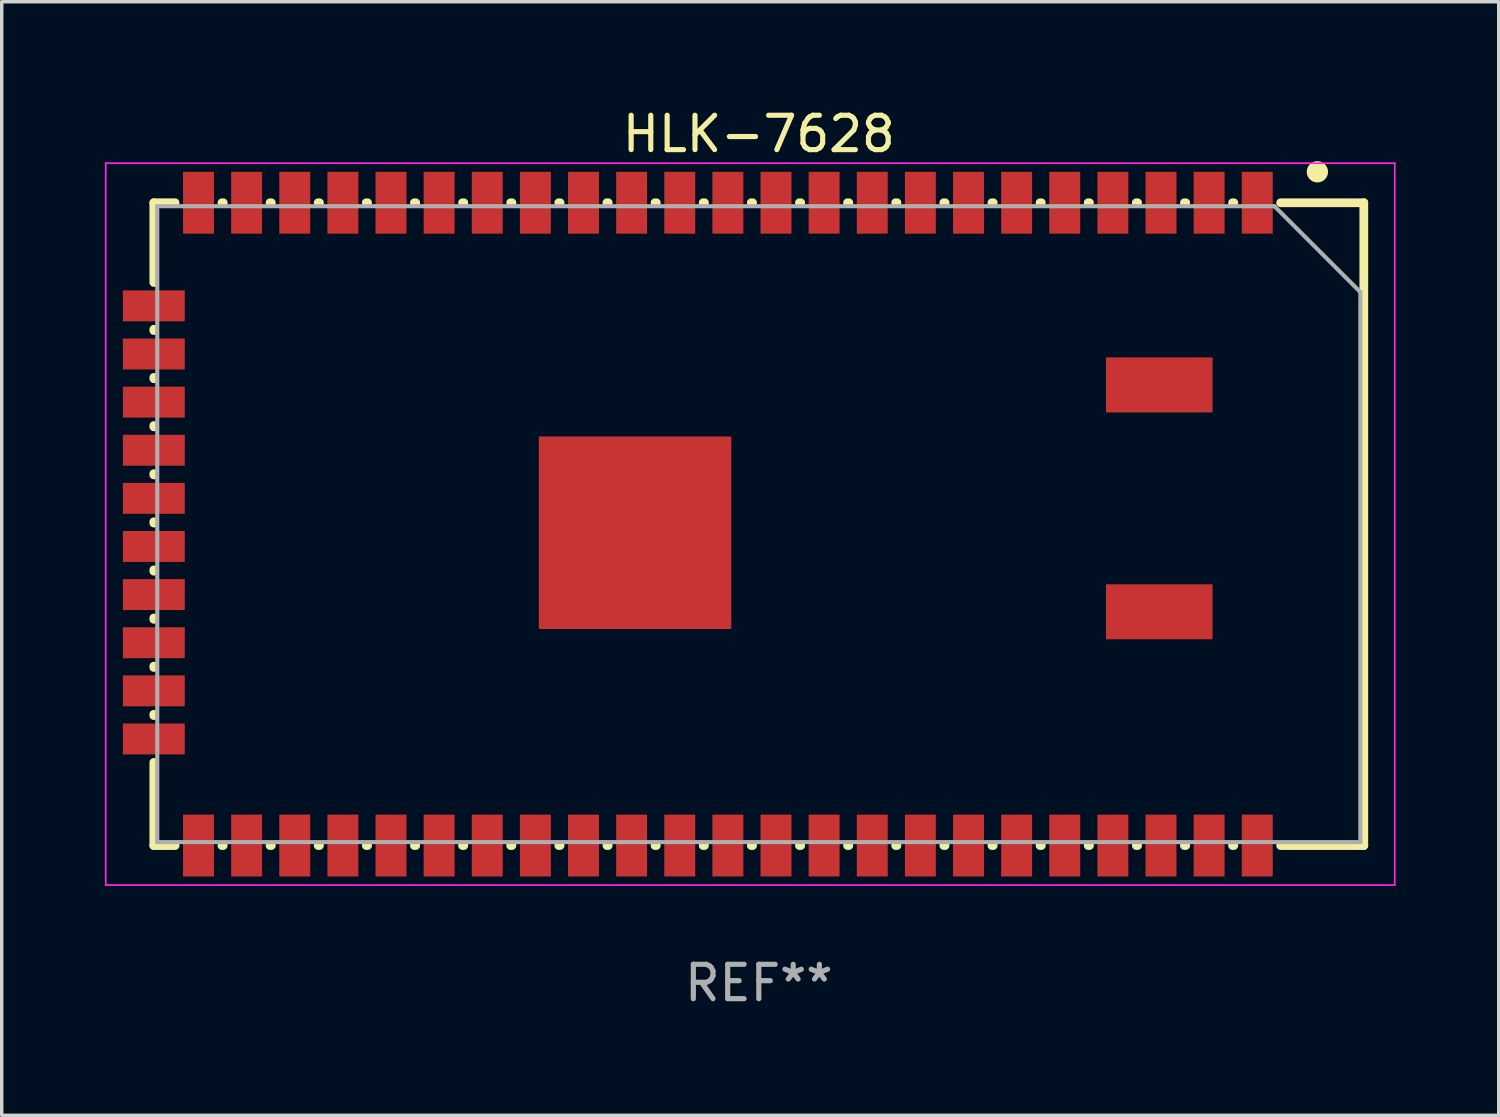
<source format=kicad_pcb>
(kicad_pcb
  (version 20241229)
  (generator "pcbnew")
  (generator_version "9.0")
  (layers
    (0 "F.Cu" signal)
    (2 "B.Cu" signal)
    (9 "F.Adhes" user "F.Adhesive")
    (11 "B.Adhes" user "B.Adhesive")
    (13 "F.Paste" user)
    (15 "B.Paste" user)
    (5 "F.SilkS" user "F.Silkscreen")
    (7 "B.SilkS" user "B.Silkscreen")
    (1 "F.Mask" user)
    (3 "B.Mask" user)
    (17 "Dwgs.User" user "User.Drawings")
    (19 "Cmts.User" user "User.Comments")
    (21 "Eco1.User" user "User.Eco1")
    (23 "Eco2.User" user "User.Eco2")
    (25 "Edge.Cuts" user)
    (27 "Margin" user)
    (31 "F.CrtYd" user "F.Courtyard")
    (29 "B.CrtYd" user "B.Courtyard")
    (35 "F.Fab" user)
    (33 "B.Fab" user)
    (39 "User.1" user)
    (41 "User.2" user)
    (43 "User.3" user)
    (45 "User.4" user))
  (footprint "HLK-7628"
    (layer "F.Cu")
    (at 19.025 12.198)
    (property "Reference" "HLK-7628" (at 0 -11.35 0) (layer "F.SilkS") (effects (font (size 1 1) (thickness 0.15))))
    (attr through_hole)
    (fp_line (start -17.6 -9.35) (end -17.6 -7.031) (stroke (width 0.254) (type solid)) (layer "F.SilkS"))
    (fp_line (start -17.6 -9.35) (end -16.981 -9.35) (stroke (width 0.254) (type solid)) (layer "F.SilkS"))
    (fp_line (start -17.6 -5.669) (end -17.6 -5.631) (stroke (width 0.254) (type solid)) (layer "F.SilkS"))
    (fp_line (start -17.6 -4.269) (end -17.6 -4.231) (stroke (width 0.254) (type solid)) (layer "F.SilkS"))
    (fp_line (start -17.6 -2.869) (end -17.6 -2.831) (stroke (width 0.254) (type solid)) (layer "F.SilkS"))
    (fp_line (start -17.6 -1.469) (end -17.6 -1.431) (stroke (width 0.254) (type solid)) (layer "F.SilkS"))
    (fp_line (start -17.6 -0.069) (end -17.6 -0.031) (stroke (width 0.254) (type solid)) (layer "F.SilkS"))
    (fp_line (start -17.6 1.331) (end -17.6 1.369) (stroke (width 0.254) (type solid)) (layer "F.SilkS"))
    (fp_line (start -17.6 2.731) (end -17.6 2.769) (stroke (width 0.254) (type solid)) (layer "F.SilkS"))
    (fp_line (start -17.6 4.131) (end -17.6 4.169) (stroke (width 0.254) (type solid)) (layer "F.SilkS"))
    (fp_line (start -17.6 5.531) (end -17.6 5.569) (stroke (width 0.254) (type solid)) (layer "F.SilkS"))
    (fp_line (start -17.6 6.931) (end -17.6 9.35) (stroke (width 0.254) (type solid)) (layer "F.SilkS"))
    (fp_line (start -17.6 9.35) (end -16.981 9.35) (stroke (width 0.254) (type solid)) (layer "F.SilkS"))
    (fp_line (start -15.619 -9.35) (end -15.581 -9.35) (stroke (width 0.254) (type solid)) (layer "F.SilkS"))
    (fp_line (start -15.619 9.35) (end -15.581 9.35) (stroke (width 0.254) (type solid)) (layer "F.SilkS"))
    (fp_line (start -14.219 -9.35) (end -14.181 -9.35) (stroke (width 0.254) (type solid)) (layer "F.SilkS"))
    (fp_line (start -14.219 9.35) (end -14.181 9.35) (stroke (width 0.254) (type solid)) (layer "F.SilkS"))
    (fp_line (start -12.819 -9.35) (end -12.781 -9.35) (stroke (width 0.254) (type solid)) (layer "F.SilkS"))
    (fp_line (start -12.819 9.35) (end -12.781 9.35) (stroke (width 0.254) (type solid)) (layer "F.SilkS"))
    (fp_line (start -11.419 -9.35) (end -11.381 -9.35) (stroke (width 0.254) (type solid)) (layer "F.SilkS"))
    (fp_line (start -11.419 9.35) (end -11.381 9.35) (stroke (width 0.254) (type solid)) (layer "F.SilkS"))
    (fp_line (start -10.019 -9.35) (end -9.981 -9.35) (stroke (width 0.254) (type solid)) (layer "F.SilkS"))
    (fp_line (start -10.019 9.35) (end -9.981 9.35) (stroke (width 0.254) (type solid)) (layer "F.SilkS"))
    (fp_line (start -8.619 -9.35) (end -8.581 -9.35) (stroke (width 0.254) (type solid)) (layer "F.SilkS"))
    (fp_line (start -8.619 9.35) (end -8.581 9.35) (stroke (width 0.254) (type solid)) (layer "F.SilkS"))
    (fp_line (start -7.219 -9.35) (end -7.181 -9.35) (stroke (width 0.254) (type solid)) (layer "F.SilkS"))
    (fp_line (start -7.219 9.35) (end -7.181 9.35) (stroke (width 0.254) (type solid)) (layer "F.SilkS"))
    (fp_line (start -5.819 -9.35) (end -5.781 -9.35) (stroke (width 0.254) (type solid)) (layer "F.SilkS"))
    (fp_line (start -5.819 9.35) (end -5.781 9.35) (stroke (width 0.254) (type solid)) (layer "F.SilkS"))
    (fp_line (start -4.419 -9.35) (end -4.381 -9.35) (stroke (width 0.254) (type solid)) (layer "F.SilkS"))
    (fp_line (start -4.419 9.35) (end -4.381 9.35) (stroke (width 0.254) (type solid)) (layer "F.SilkS"))
    (fp_line (start -3.019 -9.35) (end -2.981 -9.35) (stroke (width 0.254) (type solid)) (layer "F.SilkS"))
    (fp_line (start -3.019 9.35) (end -2.981 9.35) (stroke (width 0.254) (type solid)) (layer "F.SilkS"))
    (fp_line (start -1.619 -9.35) (end -1.581 -9.35) (stroke (width 0.254) (type solid)) (layer "F.SilkS"))
    (fp_line (start -1.619 9.35) (end -1.581 9.35) (stroke (width 0.254) (type solid)) (layer "F.SilkS"))
    (fp_line (start -0.219 -9.35) (end -0.181 -9.35) (stroke (width 0.254) (type solid)) (layer "F.SilkS"))
    (fp_line (start -0.219 9.35) (end -0.181 9.35) (stroke (width 0.254) (type solid)) (layer "F.SilkS"))
    (fp_line (start 1.181 -9.35) (end 1.219 -9.35) (stroke (width 0.254) (type solid)) (layer "F.SilkS"))
    (fp_line (start 1.181 9.35) (end 1.219 9.35) (stroke (width 0.254) (type solid)) (layer "F.SilkS"))
    (fp_line (start 2.581 -9.35) (end 2.619 -9.35) (stroke (width 0.254) (type solid)) (layer "F.SilkS"))
    (fp_line (start 2.581 9.35) (end 2.619 9.35) (stroke (width 0.254) (type solid)) (layer "F.SilkS"))
    (fp_line (start 3.981 -9.35) (end 4.019 -9.35) (stroke (width 0.254) (type solid)) (layer "F.SilkS"))
    (fp_line (start 3.981 9.35) (end 4.019 9.35) (stroke (width 0.254) (type solid)) (layer "F.SilkS"))
    (fp_line (start 5.381 -9.35) (end 5.419 -9.35) (stroke (width 0.254) (type solid)) (layer "F.SilkS"))
    (fp_line (start 5.381 9.35) (end 5.419 9.35) (stroke (width 0.254) (type solid)) (layer "F.SilkS"))
    (fp_line (start 6.781 -9.35) (end 6.819 -9.35) (stroke (width 0.254) (type solid)) (layer "F.SilkS"))
    (fp_line (start 6.781 9.35) (end 6.819 9.35) (stroke (width 0.254) (type solid)) (layer "F.SilkS"))
    (fp_line (start 8.181 -9.35) (end 8.219 -9.35) (stroke (width 0.254) (type solid)) (layer "F.SilkS"))
    (fp_line (start 8.181 9.35) (end 8.219 9.35) (stroke (width 0.254) (type solid)) (layer "F.SilkS"))
    (fp_line (start 9.581 -9.35) (end 9.619 -9.35) (stroke (width 0.254) (type solid)) (layer "F.SilkS"))
    (fp_line (start 9.581 9.35) (end 9.619 9.35) (stroke (width 0.254) (type solid)) (layer "F.SilkS"))
    (fp_line (start 10.981 -9.35) (end 11.019 -9.35) (stroke (width 0.254) (type solid)) (layer "F.SilkS"))
    (fp_line (start 10.981 9.35) (end 11.019 9.35) (stroke (width 0.254) (type solid)) (layer "F.SilkS"))
    (fp_line (start 12.381 -9.35) (end 12.419 -9.35) (stroke (width 0.254) (type solid)) (layer "F.SilkS"))
    (fp_line (start 12.381 9.35) (end 12.419 9.35) (stroke (width 0.254) (type solid)) (layer "F.SilkS"))
    (fp_line (start 13.781 -9.35) (end 13.819 -9.35) (stroke (width 0.254) (type solid)) (layer "F.SilkS"))
    (fp_line (start 13.781 9.35) (end 13.819 9.35) (stroke (width 0.254) (type solid)) (layer "F.SilkS"))
    (fp_line (start 15.181 9.35) (end 17.6 9.35) (stroke (width 0.254) (type solid)) (layer "F.SilkS"))
    (fp_line (start 15.181 -9.35) (end 17.6 -9.35) (stroke (width 0.254) (type solid)) (layer "F.SilkS"))
    (fp_line (start 17.6 9.35) (end 17.6 -9.35) (stroke (width 0.254) (type solid)) (layer "F.SilkS"))
    (fp_circle (center 16.25 -10.25) (end 16.5 -10.25) (stroke (width 0.12) (type solid)) (fill yes) (layer "F.SilkS"))
    (fp_line (start -19 -10.5) (end -19 10.5) (stroke (width 0.05) (type solid)) (layer "F.CrtYd"))
    (fp_line (start -19 -10.5) (end 18.5 -10.5) (stroke (width 0.05) (type solid)) (layer "F.CrtYd"))
    (fp_line (start 18.5 10.5) (end -19 10.5) (stroke (width 0.05) (type solid)) (layer "F.CrtYd"))
    (fp_line (start 18.5 10.5) (end 18.5 -10.5) (stroke (width 0.05) (type solid)) (layer "F.CrtYd"))
    (fp_line (start -17.5 -9.25) (end -17.5 9.25) (stroke (width 0.12) (type default)) (layer "F.Fab"))
    (fp_line (start -17.5 9.25) (end 17.5 9.25) (stroke (width 0.12) (type default)) (layer "F.Fab"))
    (fp_line (start 15 -9.25) (end -17.5 -9.25) (stroke (width 0.12) (type default)) (layer "F.Fab"))
    (fp_line (start 15 -9.25) (end 17.5 -6.75) (stroke (width 0.12) (type default)) (layer "F.Fab"))
    (fp_line (start 17.5 9.25) (end 17.5 -6.75) (stroke (width 0.12) (type default)) (layer "F.Fab"))
    (fp_text user "REF**" (at 0 13.35 0) (layer "F.Fab") (effects (font (size 1 1) (thickness 0.15))))
    (pad "1" smd rect (at 14.5 -9.35) (size 0.9 1.8) (layers "F.Cu" "F.Mask" "F.Paste"))
    (pad "2" smd rect (at 13.1 -9.35) (size 0.9 1.8) (layers "F.Cu" "F.Mask" "F.Paste"))
    (pad "3" smd rect (at 11.7 -9.35) (size 0.9 1.8) (layers "F.Cu" "F.Mask" "F.Paste"))
    (pad "4" smd rect (at 10.3 -9.35) (size 0.9 1.8) (layers "F.Cu" "F.Mask" "F.Paste"))
    (pad "5" smd rect (at 8.9 -9.35) (size 0.9 1.8) (layers "F.Cu" "F.Mask" "F.Paste"))
    (pad "6" smd rect (at 7.5 -9.35) (size 0.9 1.8) (layers "F.Cu" "F.Mask" "F.Paste"))
    (pad "7" smd rect (at 6.1 -9.35) (size 0.9 1.8) (layers "F.Cu" "F.Mask" "F.Paste"))
    (pad "8" smd rect (at 4.7 -9.35) (size 0.9 1.8) (layers "F.Cu" "F.Mask" "F.Paste"))
    (pad "9" smd rect (at 3.3 -9.35) (size 0.9 1.8) (layers "F.Cu" "F.Mask" "F.Paste"))
    (pad "10" smd rect (at 1.9 -9.35) (size 0.9 1.8) (layers "F.Cu" "F.Mask" "F.Paste"))
    (pad "11" smd rect (at 0.5 -9.35) (size 0.9 1.8) (layers "F.Cu" "F.Mask" "F.Paste"))
    (pad "12" smd rect (at -0.9 -9.35) (size 0.9 1.8) (layers "F.Cu" "F.Mask" "F.Paste"))
    (pad "13" smd rect (at -2.3 -9.35) (size 0.9 1.8) (layers "F.Cu" "F.Mask" "F.Paste"))
    (pad "14" smd rect (at -3.7 -9.35) (size 0.9 1.8) (layers "F.Cu" "F.Mask" "F.Paste"))
    (pad "15" smd rect (at -5.1 -9.35) (size 0.9 1.8) (layers "F.Cu" "F.Mask" "F.Paste"))
    (pad "16" smd rect (at -6.5 -9.35) (size 0.9 1.8) (layers "F.Cu" "F.Mask" "F.Paste"))
    (pad "17" smd rect (at -7.9 -9.35) (size 0.9 1.8) (layers "F.Cu" "F.Mask" "F.Paste"))
    (pad "18" smd rect (at -9.3 -9.35) (size 0.9 1.8) (layers "F.Cu" "F.Mask" "F.Paste"))
    (pad "19" smd rect (at -10.7 -9.35) (size 0.9 1.8) (layers "F.Cu" "F.Mask" "F.Paste"))
    (pad "20" smd rect (at -12.1 -9.35) (size 0.9 1.8) (layers "F.Cu" "F.Mask" "F.Paste"))
    (pad "21" smd rect (at -13.5 -9.35) (size 0.9 1.8) (layers "F.Cu" "F.Mask" "F.Paste"))
    (pad "22" smd rect (at -14.9 -9.35) (size 0.9 1.8) (layers "F.Cu" "F.Mask" "F.Paste"))
    (pad "23" smd rect (at -16.3 -9.35) (size 0.9 1.8) (layers "F.Cu" "F.Mask" "F.Paste"))
    (pad "24" smd rect (at -17.6 -6.35 90) (size 0.9 1.8) (layers "F.Cu" "F.Mask" "F.Paste"))
    (pad "25" smd rect (at -17.6 -4.95 90) (size 0.9 1.8) (layers "F.Cu" "F.Mask" "F.Paste"))
    (pad "26" smd rect (at -17.6 -3.55 90) (size 0.9 1.8) (layers "F.Cu" "F.Mask" "F.Paste"))
    (pad "27" smd rect (at -17.6 -2.15 90) (size 0.9 1.8) (layers "F.Cu" "F.Mask" "F.Paste"))
    (pad "28" smd rect (at -17.6 -0.75 90) (size 0.9 1.8) (layers "F.Cu" "F.Mask" "F.Paste"))
    (pad "29" smd rect (at -17.6 0.65 90) (size 0.9 1.8) (layers "F.Cu" "F.Mask" "F.Paste"))
    (pad "30" smd rect (at -17.6 2.05 90) (size 0.9 1.8) (layers "F.Cu" "F.Mask" "F.Paste"))
    (pad "31" smd rect (at -17.6 3.45 90) (size 0.9 1.8) (layers "F.Cu" "F.Mask" "F.Paste"))
    (pad "32" smd rect (at -17.6 4.85 90) (size 0.9 1.8) (layers "F.Cu" "F.Mask" "F.Paste"))
    (pad "33" smd rect (at -17.6 6.25 90) (size 0.9 1.8) (layers "F.Cu" "F.Mask" "F.Paste"))
    (pad "34" smd rect (at -16.3 9.35 180) (size 0.9 1.8) (layers "F.Cu" "F.Mask" "F.Paste"))
    (pad "35" smd rect (at -14.9 9.35 180) (size 0.9 1.8) (layers "F.Cu" "F.Mask" "F.Paste"))
    (pad "36" smd rect (at -13.5 9.35 180) (size 0.9 1.8) (layers "F.Cu" "F.Mask" "F.Paste"))
    (pad "37" smd rect (at -12.1 9.35 180) (size 0.9 1.8) (layers "F.Cu" "F.Mask" "F.Paste"))
    (pad "38" smd rect (at -10.7 9.35 180) (size 0.9 1.8) (layers "F.Cu" "F.Mask" "F.Paste"))
    (pad "39" smd rect (at -9.3 9.35 180) (size 0.9 1.8) (layers "F.Cu" "F.Mask" "F.Paste"))
    (pad "40" smd rect (at -7.9 9.35 180) (size 0.9 1.8) (layers "F.Cu" "F.Mask" "F.Paste"))
    (pad "41" smd rect (at -6.5 9.35 180) (size 0.9 1.8) (layers "F.Cu" "F.Mask" "F.Paste"))
    (pad "42" smd rect (at -5.1 9.35 180) (size 0.9 1.8) (layers "F.Cu" "F.Mask" "F.Paste"))
    (pad "43" smd rect (at -3.7 9.35 180) (size 0.9 1.8) (layers "F.Cu" "F.Mask" "F.Paste"))
    (pad "44" smd rect (at -2.3 9.35 180) (size 0.9 1.8) (layers "F.Cu" "F.Mask" "F.Paste"))
    (pad "45" smd rect (at -0.9 9.35 180) (size 0.9 1.8) (layers "F.Cu" "F.Mask" "F.Paste"))
    (pad "46" smd rect (at 0.5 9.35 180) (size 0.9 1.8) (layers "F.Cu" "F.Mask" "F.Paste"))
    (pad "47" smd rect (at 1.9 9.35 180) (size 0.9 1.8) (layers "F.Cu" "F.Mask" "F.Paste"))
    (pad "48" smd rect (at 3.3 9.35 180) (size 0.9 1.8) (layers "F.Cu" "F.Mask" "F.Paste"))
    (pad "49" smd rect (at 4.7 9.35 180) (size 0.9 1.8) (layers "F.Cu" "F.Mask" "F.Paste"))
    (pad "50" smd rect (at 6.1 9.35 180) (size 0.9 1.8) (layers "F.Cu" "F.Mask" "F.Paste"))
    (pad "51" smd rect (at 7.5 9.35 180) (size 0.9 1.8) (layers "F.Cu" "F.Mask" "F.Paste"))
    (pad "52" smd rect (at 8.9 9.35 180) (size 0.9 1.8) (layers "F.Cu" "F.Mask" "F.Paste"))
    (pad "53" smd rect (at 10.3 9.35 180) (size 0.9 1.8) (layers "F.Cu" "F.Mask" "F.Paste"))
    (pad "54" smd rect (at 11.7 9.35 180) (size 0.9 1.8) (layers "F.Cu" "F.Mask" "F.Paste"))
    (pad "55" smd rect (at 13.1 9.35 180) (size 0.9 1.8) (layers "F.Cu" "F.Mask" "F.Paste"))
    (pad "56" smd rect (at 14.5 9.35 180) (size 0.9 1.8) (layers "F.Cu" "F.Mask" "F.Paste"))
    (pad "57" smd rect (at -3.6 0.25) (size 5.6 5.6) (layers "F.Cu" "F.Mask" "F.Paste"))
    (pad "58" smd rect (at 11.65 2.55) (size 3.1 1.6) (layers "F.Cu" "F.Mask" "F.Paste"))
    (pad "59" smd rect (at 11.65 -4.05) (size 3.1 1.6) (layers "F.Cu" "F.Mask" "F.Paste")))
  (gr_rect
    (start -3 -3)
    (end 40.55 29.397)
    (stroke (width 0.1) (type default))
    (fill no)
    (layer "Edge.Cuts")))
</source>
